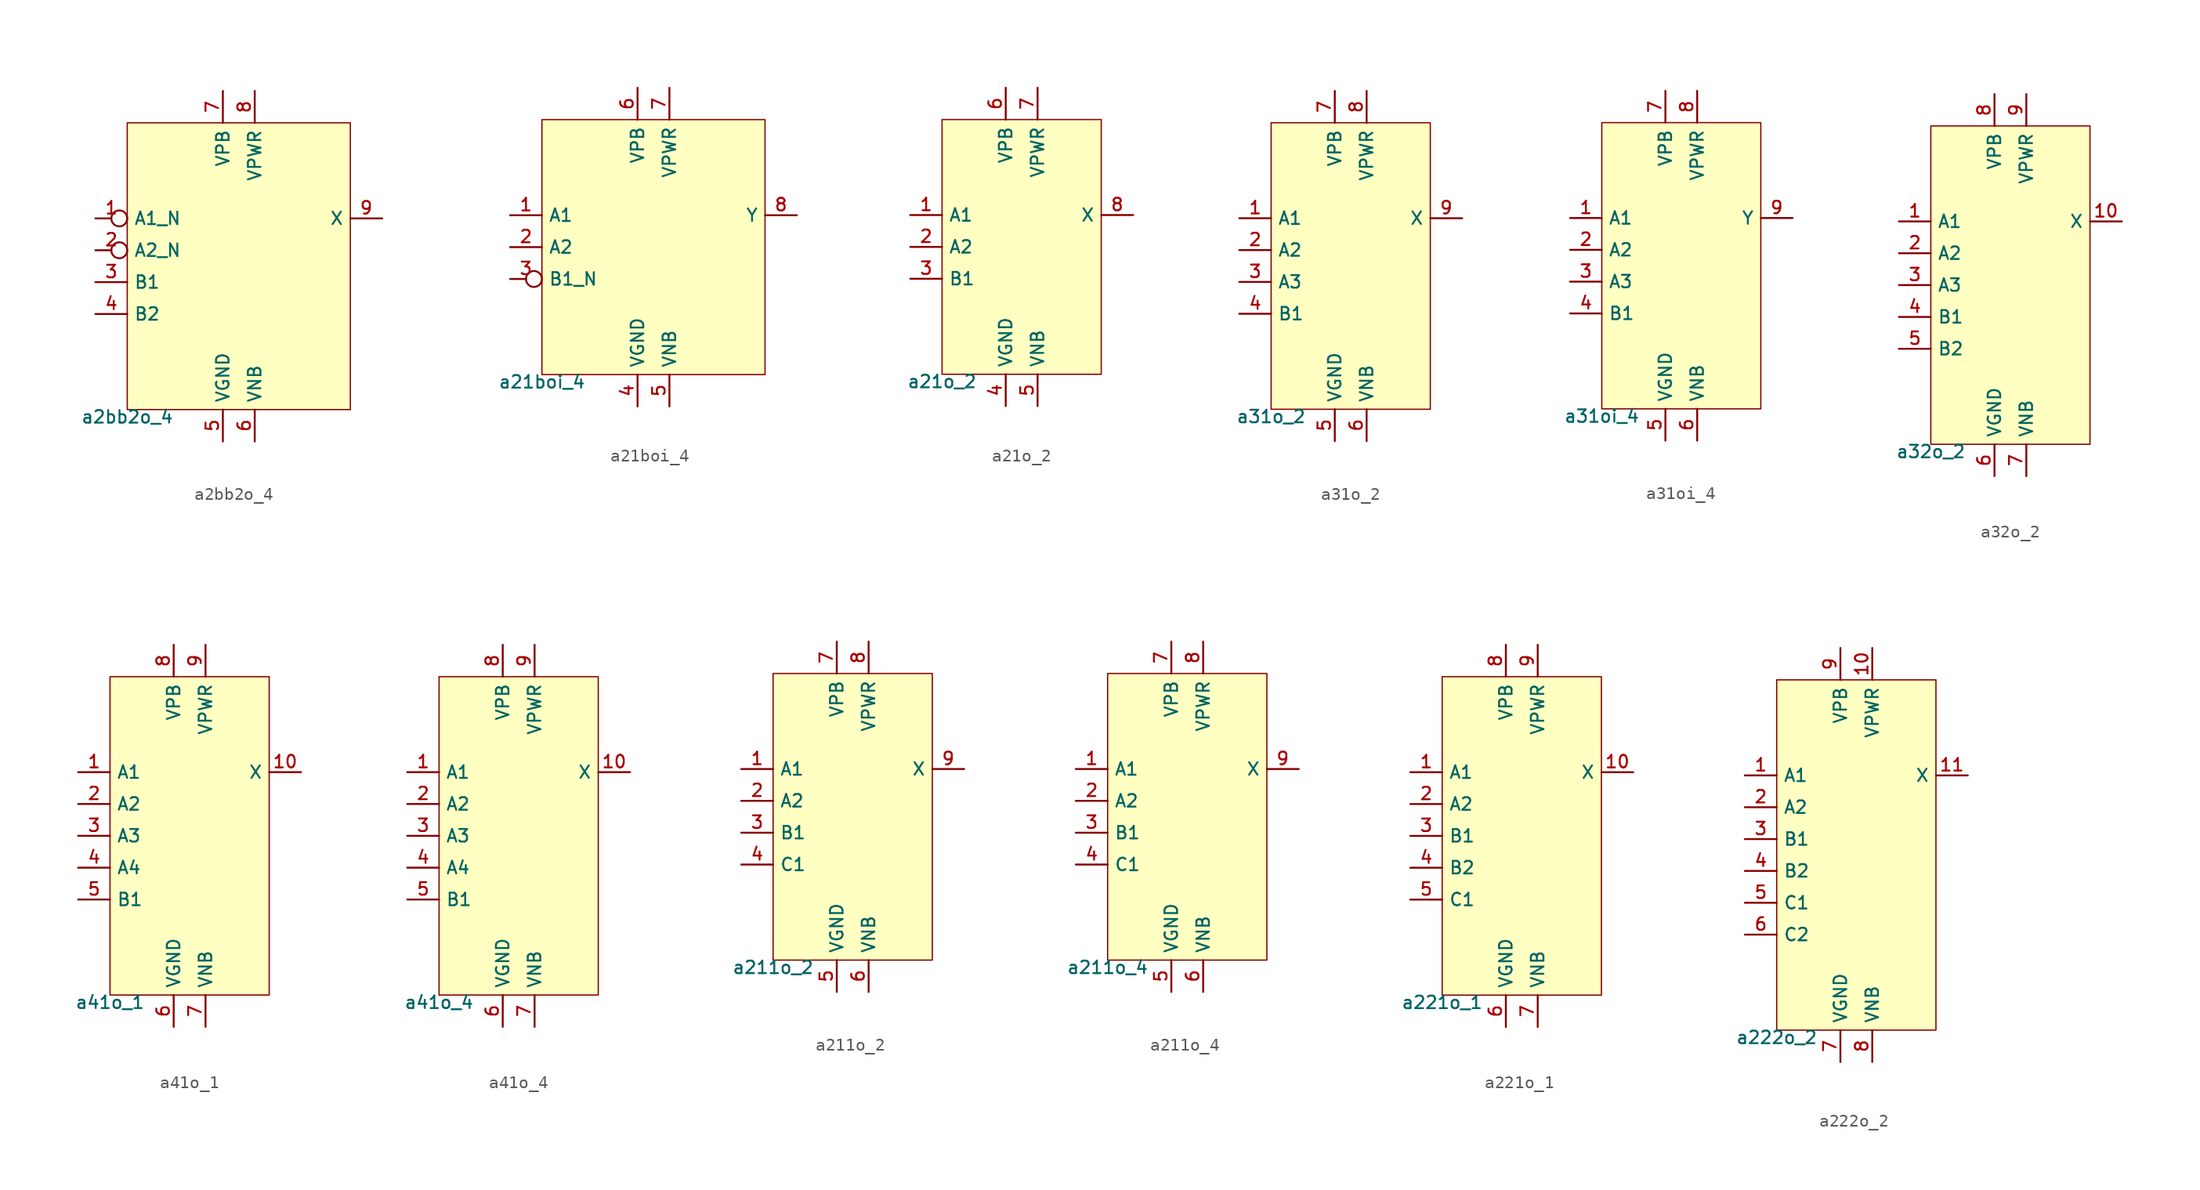
<source format=kicad_sym>
(kicad_symbol_lib
  (version 20211014)
  (generator pdk2kicad)
  (symbol "a2bb2o_4"
    (property "Reference" "X"
      (at 0 0 0)
      (effects (font (size 1 1)) hide))
    (property "Value" "a2bb2o_4"
      (at -8.89 -11.43 0)
      (effects (font (size 1 1)) (justify top)))
    (rectangle
      (start -8.89 -11.43)
      (end 8.89 11.43)
      (stroke (width 0.1) (type solid) (color 0 0 0 0))
      (fill (type background)))
    (pin input inverted
      (at -11.43 3.81 0)
      (length 2.54)
      (name "A1_N" (effects (font (size 1 1)) hide))
      (number "1" (effects (font (size 1 1)) hide)))
    (pin input inverted
      (at -11.43 1.27 0)
      (length 2.54)
      (name "A2_N" (effects (font (size 1 1)) hide))
      (number "2" (effects (font (size 1 1)) hide)))
    (pin input line
      (at -11.43 -1.27 0)
      (length 2.54)
      (name "B1" (effects (font (size 1 1)) hide))
      (number "3" (effects (font (size 1 1)) hide)))
    (pin input line
      (at -11.43 -3.81 0)
      (length 2.54)
      (name "B2" (effects (font (size 1 1)) hide))
      (number "4" (effects (font (size 1 1)) hide)))
    (pin power_in line
      (at -1.27 -13.97 90)
      (length 2.54)
      (name "VGND" (effects (font (size 1 1)) hide))
      (number "5" (effects (font (size 1 1)) hide)))
    (pin power_in line
      (at 1.27 -13.97 90)
      (length 2.54)
      (name "VNB" (effects (font (size 1 1)) hide))
      (number "6" (effects (font (size 1 1)) hide)))
    (pin power_in line
      (at -1.27 13.97 270)
      (length 2.54)
      (name "VPB" (effects (font (size 1 1)) hide))
      (number "7" (effects (font (size 1 1)) hide)))
    (pin power_in line
      (at 1.27 13.97 270)
      (length 2.54)
      (name "VPWR" (effects (font (size 1 1)) hide))
      (number "8" (effects (font (size 1 1)) hide)))
    (pin output line
      (at 11.43 3.81 180)
      (length 2.54)
      (name "X" (effects (font (size 1 1)) hide))
      (number "9" (effects (font (size 1 1)) hide))))
  (symbol "a21boi_4"
    (property "Reference" "X"
      (at 0 0 0)
      (effects (font (size 1 1)) hide))
    (property "Value" "a21boi_4"
      (at -8.89 -10.16 0)
      (effects (font (size 1 1)) (justify top)))
    (rectangle
      (start -8.89 -10.16)
      (end 8.89 10.16)
      (stroke (width 0.1) (type solid) (color 0 0 0 0))
      (fill (type background)))
    (pin input line
      (at -11.43 2.54 0)
      (length 2.54)
      (name "A1" (effects (font (size 1 1)) hide))
      (number "1" (effects (font (size 1 1)) hide)))
    (pin input line
      (at -11.43 0.0 0)
      (length 2.54)
      (name "A2" (effects (font (size 1 1)) hide))
      (number "2" (effects (font (size 1 1)) hide)))
    (pin input inverted
      (at -11.43 -2.54 0)
      (length 2.54)
      (name "B1_N" (effects (font (size 1 1)) hide))
      (number "3" (effects (font (size 1 1)) hide)))
    (pin power_in line
      (at -1.27 -12.7 90)
      (length 2.54)
      (name "VGND" (effects (font (size 1 1)) hide))
      (number "4" (effects (font (size 1 1)) hide)))
    (pin power_in line
      (at 1.27 -12.7 90)
      (length 2.54)
      (name "VNB" (effects (font (size 1 1)) hide))
      (number "5" (effects (font (size 1 1)) hide)))
    (pin power_in line
      (at -1.27 12.7 270)
      (length 2.54)
      (name "VPB" (effects (font (size 1 1)) hide))
      (number "6" (effects (font (size 1 1)) hide)))
    (pin power_in line
      (at 1.27 12.7 270)
      (length 2.54)
      (name "VPWR" (effects (font (size 1 1)) hide))
      (number "7" (effects (font (size 1 1)) hide)))
    (pin output line
      (at 11.43 2.54 180)
      (length 2.54)
      (name "Y" (effects (font (size 1 1)) hide))
      (number "8" (effects (font (size 1 1)) hide))))
  (symbol "a21o_2"
    (property "Reference" "X"
      (at 0 0 0)
      (effects (font (size 1 1)) hide))
    (property "Value" "a21o_2"
      (at -6.35 -10.16 0)
      (effects (font (size 1 1)) (justify top)))
    (rectangle
      (start -6.35 -10.16)
      (end 6.35 10.16)
      (stroke (width 0.1) (type solid) (color 0 0 0 0))
      (fill (type background)))
    (pin input line
      (at -8.89 2.54 0)
      (length 2.54)
      (name "A1" (effects (font (size 1 1)) hide))
      (number "1" (effects (font (size 1 1)) hide)))
    (pin input line
      (at -8.89 0.0 0)
      (length 2.54)
      (name "A2" (effects (font (size 1 1)) hide))
      (number "2" (effects (font (size 1 1)) hide)))
    (pin input line
      (at -8.89 -2.54 0)
      (length 2.54)
      (name "B1" (effects (font (size 1 1)) hide))
      (number "3" (effects (font (size 1 1)) hide)))
    (pin power_in line
      (at -1.27 -12.7 90)
      (length 2.54)
      (name "VGND" (effects (font (size 1 1)) hide))
      (number "4" (effects (font (size 1 1)) hide)))
    (pin power_in line
      (at 1.27 -12.7 90)
      (length 2.54)
      (name "VNB" (effects (font (size 1 1)) hide))
      (number "5" (effects (font (size 1 1)) hide)))
    (pin power_in line
      (at -1.27 12.7 270)
      (length 2.54)
      (name "VPB" (effects (font (size 1 1)) hide))
      (number "6" (effects (font (size 1 1)) hide)))
    (pin power_in line
      (at 1.27 12.7 270)
      (length 2.54)
      (name "VPWR" (effects (font (size 1 1)) hide))
      (number "7" (effects (font (size 1 1)) hide)))
    (pin output line
      (at 8.89 2.54 180)
      (length 2.54)
      (name "X" (effects (font (size 1 1)) hide))
      (number "8" (effects (font (size 1 1)) hide))))
  (symbol "a31o_2"
    (property "Reference" "X"
      (at 0 0 0)
      (effects (font (size 1 1)) hide))
    (property "Value" "a31o_2"
      (at -6.35 -11.43 0)
      (effects (font (size 1 1)) (justify top)))
    (rectangle
      (start -6.35 -11.43)
      (end 6.35 11.43)
      (stroke (width 0.1) (type solid) (color 0 0 0 0))
      (fill (type background)))
    (pin input line
      (at -8.89 3.81 0)
      (length 2.54)
      (name "A1" (effects (font (size 1 1)) hide))
      (number "1" (effects (font (size 1 1)) hide)))
    (pin input line
      (at -8.89 1.27 0)
      (length 2.54)
      (name "A2" (effects (font (size 1 1)) hide))
      (number "2" (effects (font (size 1 1)) hide)))
    (pin input line
      (at -8.89 -1.27 0)
      (length 2.54)
      (name "A3" (effects (font (size 1 1)) hide))
      (number "3" (effects (font (size 1 1)) hide)))
    (pin input line
      (at -8.89 -3.81 0)
      (length 2.54)
      (name "B1" (effects (font (size 1 1)) hide))
      (number "4" (effects (font (size 1 1)) hide)))
    (pin power_in line
      (at -1.27 -13.97 90)
      (length 2.54)
      (name "VGND" (effects (font (size 1 1)) hide))
      (number "5" (effects (font (size 1 1)) hide)))
    (pin power_in line
      (at 1.27 -13.97 90)
      (length 2.54)
      (name "VNB" (effects (font (size 1 1)) hide))
      (number "6" (effects (font (size 1 1)) hide)))
    (pin power_in line
      (at -1.27 13.97 270)
      (length 2.54)
      (name "VPB" (effects (font (size 1 1)) hide))
      (number "7" (effects (font (size 1 1)) hide)))
    (pin power_in line
      (at 1.27 13.97 270)
      (length 2.54)
      (name "VPWR" (effects (font (size 1 1)) hide))
      (number "8" (effects (font (size 1 1)) hide)))
    (pin output line
      (at 8.89 3.81 180)
      (length 2.54)
      (name "X" (effects (font (size 1 1)) hide))
      (number "9" (effects (font (size 1 1)) hide))))
  (symbol "a31oi_4"
    (property "Reference" "X"
      (at 0 0 0)
      (effects (font (size 1 1)) hide))
    (property "Value" "a31oi_4"
      (at -6.35 -11.43 0)
      (effects (font (size 1 1)) (justify top)))
    (rectangle
      (start -6.35 -11.43)
      (end 6.35 11.43)
      (stroke (width 0.1) (type solid) (color 0 0 0 0))
      (fill (type background)))
    (pin input line
      (at -8.89 3.81 0)
      (length 2.54)
      (name "A1" (effects (font (size 1 1)) hide))
      (number "1" (effects (font (size 1 1)) hide)))
    (pin input line
      (at -8.89 1.27 0)
      (length 2.54)
      (name "A2" (effects (font (size 1 1)) hide))
      (number "2" (effects (font (size 1 1)) hide)))
    (pin input line
      (at -8.89 -1.27 0)
      (length 2.54)
      (name "A3" (effects (font (size 1 1)) hide))
      (number "3" (effects (font (size 1 1)) hide)))
    (pin input line
      (at -8.89 -3.81 0)
      (length 2.54)
      (name "B1" (effects (font (size 1 1)) hide))
      (number "4" (effects (font (size 1 1)) hide)))
    (pin power_in line
      (at -1.27 -13.97 90)
      (length 2.54)
      (name "VGND" (effects (font (size 1 1)) hide))
      (number "5" (effects (font (size 1 1)) hide)))
    (pin power_in line
      (at 1.27 -13.97 90)
      (length 2.54)
      (name "VNB" (effects (font (size 1 1)) hide))
      (number "6" (effects (font (size 1 1)) hide)))
    (pin power_in line
      (at -1.27 13.97 270)
      (length 2.54)
      (name "VPB" (effects (font (size 1 1)) hide))
      (number "7" (effects (font (size 1 1)) hide)))
    (pin power_in line
      (at 1.27 13.97 270)
      (length 2.54)
      (name "VPWR" (effects (font (size 1 1)) hide))
      (number "8" (effects (font (size 1 1)) hide)))
    (pin output line
      (at 8.89 3.81 180)
      (length 2.54)
      (name "Y" (effects (font (size 1 1)) hide))
      (number "9" (effects (font (size 1 1)) hide))))
  (symbol "a32o_2"
    (property "Reference" "X"
      (at 0 0 0)
      (effects (font (size 1 1)) hide))
    (property "Value" "a32o_2"
      (at -6.35 -12.7 0)
      (effects (font (size 1 1)) (justify top)))
    (rectangle
      (start -6.35 -12.7)
      (end 6.35 12.7)
      (stroke (width 0.1) (type solid) (color 0 0 0 0))
      (fill (type background)))
    (pin input line
      (at -8.89 5.08 0)
      (length 2.54)
      (name "A1" (effects (font (size 1 1)) hide))
      (number "1" (effects (font (size 1 1)) hide)))
    (pin input line
      (at -8.89 2.54 0)
      (length 2.54)
      (name "A2" (effects (font (size 1 1)) hide))
      (number "2" (effects (font (size 1 1)) hide)))
    (pin input line
      (at -8.89 -8.881784197001252e-16 0)
      (length 2.54)
      (name "A3" (effects (font (size 1 1)) hide))
      (number "3" (effects (font (size 1 1)) hide)))
    (pin input line
      (at -8.89 -2.54 0)
      (length 2.54)
      (name "B1" (effects (font (size 1 1)) hide))
      (number "4" (effects (font (size 1 1)) hide)))
    (pin input line
      (at -8.89 -5.08 0)
      (length 2.54)
      (name "B2" (effects (font (size 1 1)) hide))
      (number "5" (effects (font (size 1 1)) hide)))
    (pin power_in line
      (at -1.27 -15.24 90)
      (length 2.54)
      (name "VGND" (effects (font (size 1 1)) hide))
      (number "6" (effects (font (size 1 1)) hide)))
    (pin power_in line
      (at 1.27 -15.24 90)
      (length 2.54)
      (name "VNB" (effects (font (size 1 1)) hide))
      (number "7" (effects (font (size 1 1)) hide)))
    (pin power_in line
      (at -1.27 15.24 270)
      (length 2.54)
      (name "VPB" (effects (font (size 1 1)) hide))
      (number "8" (effects (font (size 1 1)) hide)))
    (pin power_in line
      (at 1.27 15.24 270)
      (length 2.54)
      (name "VPWR" (effects (font (size 1 1)) hide))
      (number "9" (effects (font (size 1 1)) hide)))
    (pin output line
      (at 8.89 5.08 180)
      (length 2.54)
      (name "X" (effects (font (size 1 1)) hide))
      (number "10" (effects (font (size 1 1)) hide))))
  (symbol "a41o_1"
    (property "Reference" "X"
      (at 0 0 0)
      (effects (font (size 1 1)) hide))
    (property "Value" "a41o_1"
      (at -6.35 -12.7 0)
      (effects (font (size 1 1)) (justify top)))
    (rectangle
      (start -6.35 -12.7)
      (end 6.35 12.7)
      (stroke (width 0.1) (type solid) (color 0 0 0 0))
      (fill (type background)))
    (pin input line
      (at -8.89 5.08 0)
      (length 2.54)
      (name "A1" (effects (font (size 1 1)) hide))
      (number "1" (effects (font (size 1 1)) hide)))
    (pin input line
      (at -8.89 2.54 0)
      (length 2.54)
      (name "A2" (effects (font (size 1 1)) hide))
      (number "2" (effects (font (size 1 1)) hide)))
    (pin input line
      (at -8.89 -8.881784197001252e-16 0)
      (length 2.54)
      (name "A3" (effects (font (size 1 1)) hide))
      (number "3" (effects (font (size 1 1)) hide)))
    (pin input line
      (at -8.89 -2.54 0)
      (length 2.54)
      (name "A4" (effects (font (size 1 1)) hide))
      (number "4" (effects (font (size 1 1)) hide)))
    (pin input line
      (at -8.89 -5.08 0)
      (length 2.54)
      (name "B1" (effects (font (size 1 1)) hide))
      (number "5" (effects (font (size 1 1)) hide)))
    (pin power_in line
      (at -1.27 -15.24 90)
      (length 2.54)
      (name "VGND" (effects (font (size 1 1)) hide))
      (number "6" (effects (font (size 1 1)) hide)))
    (pin power_in line
      (at 1.27 -15.24 90)
      (length 2.54)
      (name "VNB" (effects (font (size 1 1)) hide))
      (number "7" (effects (font (size 1 1)) hide)))
    (pin power_in line
      (at -1.27 15.24 270)
      (length 2.54)
      (name "VPB" (effects (font (size 1 1)) hide))
      (number "8" (effects (font (size 1 1)) hide)))
    (pin power_in line
      (at 1.27 15.24 270)
      (length 2.54)
      (name "VPWR" (effects (font (size 1 1)) hide))
      (number "9" (effects (font (size 1 1)) hide)))
    (pin output line
      (at 8.89 5.08 180)
      (length 2.54)
      (name "X" (effects (font (size 1 1)) hide))
      (number "10" (effects (font (size 1 1)) hide))))
  (symbol "a41o_4"
    (property "Reference" "X"
      (at 0 0 0)
      (effects (font (size 1 1)) hide))
    (property "Value" "a41o_4"
      (at -6.35 -12.7 0)
      (effects (font (size 1 1)) (justify top)))
    (rectangle
      (start -6.35 -12.7)
      (end 6.35 12.7)
      (stroke (width 0.1) (type solid) (color 0 0 0 0))
      (fill (type background)))
    (pin input line
      (at -8.89 5.08 0)
      (length 2.54)
      (name "A1" (effects (font (size 1 1)) hide))
      (number "1" (effects (font (size 1 1)) hide)))
    (pin input line
      (at -8.89 2.54 0)
      (length 2.54)
      (name "A2" (effects (font (size 1 1)) hide))
      (number "2" (effects (font (size 1 1)) hide)))
    (pin input line
      (at -8.89 -8.881784197001252e-16 0)
      (length 2.54)
      (name "A3" (effects (font (size 1 1)) hide))
      (number "3" (effects (font (size 1 1)) hide)))
    (pin input line
      (at -8.89 -2.54 0)
      (length 2.54)
      (name "A4" (effects (font (size 1 1)) hide))
      (number "4" (effects (font (size 1 1)) hide)))
    (pin input line
      (at -8.89 -5.08 0)
      (length 2.54)
      (name "B1" (effects (font (size 1 1)) hide))
      (number "5" (effects (font (size 1 1)) hide)))
    (pin power_in line
      (at -1.27 -15.24 90)
      (length 2.54)
      (name "VGND" (effects (font (size 1 1)) hide))
      (number "6" (effects (font (size 1 1)) hide)))
    (pin power_in line
      (at 1.27 -15.24 90)
      (length 2.54)
      (name "VNB" (effects (font (size 1 1)) hide))
      (number "7" (effects (font (size 1 1)) hide)))
    (pin power_in line
      (at -1.27 15.24 270)
      (length 2.54)
      (name "VPB" (effects (font (size 1 1)) hide))
      (number "8" (effects (font (size 1 1)) hide)))
    (pin power_in line
      (at 1.27 15.24 270)
      (length 2.54)
      (name "VPWR" (effects (font (size 1 1)) hide))
      (number "9" (effects (font (size 1 1)) hide)))
    (pin output line
      (at 8.89 5.08 180)
      (length 2.54)
      (name "X" (effects (font (size 1 1)) hide))
      (number "10" (effects (font (size 1 1)) hide))))
  (symbol "a211o_2"
    (property "Reference" "X"
      (at 0 0 0)
      (effects (font (size 1 1)) hide))
    (property "Value" "a211o_2"
      (at -6.35 -11.43 0)
      (effects (font (size 1 1)) (justify top)))
    (rectangle
      (start -6.35 -11.43)
      (end 6.35 11.43)
      (stroke (width 0.1) (type solid) (color 0 0 0 0))
      (fill (type background)))
    (pin input line
      (at -8.89 3.81 0)
      (length 2.54)
      (name "A1" (effects (font (size 1 1)) hide))
      (number "1" (effects (font (size 1 1)) hide)))
    (pin input line
      (at -8.89 1.27 0)
      (length 2.54)
      (name "A2" (effects (font (size 1 1)) hide))
      (number "2" (effects (font (size 1 1)) hide)))
    (pin input line
      (at -8.89 -1.27 0)
      (length 2.54)
      (name "B1" (effects (font (size 1 1)) hide))
      (number "3" (effects (font (size 1 1)) hide)))
    (pin input line
      (at -8.89 -3.81 0)
      (length 2.54)
      (name "C1" (effects (font (size 1 1)) hide))
      (number "4" (effects (font (size 1 1)) hide)))
    (pin power_in line
      (at -1.27 -13.97 90)
      (length 2.54)
      (name "VGND" (effects (font (size 1 1)) hide))
      (number "5" (effects (font (size 1 1)) hide)))
    (pin power_in line
      (at 1.27 -13.97 90)
      (length 2.54)
      (name "VNB" (effects (font (size 1 1)) hide))
      (number "6" (effects (font (size 1 1)) hide)))
    (pin power_in line
      (at -1.27 13.97 270)
      (length 2.54)
      (name "VPB" (effects (font (size 1 1)) hide))
      (number "7" (effects (font (size 1 1)) hide)))
    (pin power_in line
      (at 1.27 13.97 270)
      (length 2.54)
      (name "VPWR" (effects (font (size 1 1)) hide))
      (number "8" (effects (font (size 1 1)) hide)))
    (pin output line
      (at 8.89 3.81 180)
      (length 2.54)
      (name "X" (effects (font (size 1 1)) hide))
      (number "9" (effects (font (size 1 1)) hide))))
  (symbol "a211o_4"
    (property "Reference" "X"
      (at 0 0 0)
      (effects (font (size 1 1)) hide))
    (property "Value" "a211o_4"
      (at -6.35 -11.43 0)
      (effects (font (size 1 1)) (justify top)))
    (rectangle
      (start -6.35 -11.43)
      (end 6.35 11.43)
      (stroke (width 0.1) (type solid) (color 0 0 0 0))
      (fill (type background)))
    (pin input line
      (at -8.89 3.81 0)
      (length 2.54)
      (name "A1" (effects (font (size 1 1)) hide))
      (number "1" (effects (font (size 1 1)) hide)))
    (pin input line
      (at -8.89 1.27 0)
      (length 2.54)
      (name "A2" (effects (font (size 1 1)) hide))
      (number "2" (effects (font (size 1 1)) hide)))
    (pin input line
      (at -8.89 -1.27 0)
      (length 2.54)
      (name "B1" (effects (font (size 1 1)) hide))
      (number "3" (effects (font (size 1 1)) hide)))
    (pin input line
      (at -8.89 -3.81 0)
      (length 2.54)
      (name "C1" (effects (font (size 1 1)) hide))
      (number "4" (effects (font (size 1 1)) hide)))
    (pin power_in line
      (at -1.27 -13.97 90)
      (length 2.54)
      (name "VGND" (effects (font (size 1 1)) hide))
      (number "5" (effects (font (size 1 1)) hide)))
    (pin power_in line
      (at 1.27 -13.97 90)
      (length 2.54)
      (name "VNB" (effects (font (size 1 1)) hide))
      (number "6" (effects (font (size 1 1)) hide)))
    (pin power_in line
      (at -1.27 13.97 270)
      (length 2.54)
      (name "VPB" (effects (font (size 1 1)) hide))
      (number "7" (effects (font (size 1 1)) hide)))
    (pin power_in line
      (at 1.27 13.97 270)
      (length 2.54)
      (name "VPWR" (effects (font (size 1 1)) hide))
      (number "8" (effects (font (size 1 1)) hide)))
    (pin output line
      (at 8.89 3.81 180)
      (length 2.54)
      (name "X" (effects (font (size 1 1)) hide))
      (number "9" (effects (font (size 1 1)) hide))))
  (symbol "a221o_1"
    (property "Reference" "X"
      (at 0 0 0)
      (effects (font (size 1 1)) hide))
    (property "Value" "a221o_1"
      (at -6.35 -12.7 0)
      (effects (font (size 1 1)) (justify top)))
    (rectangle
      (start -6.35 -12.7)
      (end 6.35 12.7)
      (stroke (width 0.1) (type solid) (color 0 0 0 0))
      (fill (type background)))
    (pin input line
      (at -8.89 5.08 0)
      (length 2.54)
      (name "A1" (effects (font (size 1 1)) hide))
      (number "1" (effects (font (size 1 1)) hide)))
    (pin input line
      (at -8.89 2.54 0)
      (length 2.54)
      (name "A2" (effects (font (size 1 1)) hide))
      (number "2" (effects (font (size 1 1)) hide)))
    (pin input line
      (at -8.89 -8.881784197001252e-16 0)
      (length 2.54)
      (name "B1" (effects (font (size 1 1)) hide))
      (number "3" (effects (font (size 1 1)) hide)))
    (pin input line
      (at -8.89 -2.54 0)
      (length 2.54)
      (name "B2" (effects (font (size 1 1)) hide))
      (number "4" (effects (font (size 1 1)) hide)))
    (pin input line
      (at -8.89 -5.08 0)
      (length 2.54)
      (name "C1" (effects (font (size 1 1)) hide))
      (number "5" (effects (font (size 1 1)) hide)))
    (pin power_in line
      (at -1.27 -15.24 90)
      (length 2.54)
      (name "VGND" (effects (font (size 1 1)) hide))
      (number "6" (effects (font (size 1 1)) hide)))
    (pin power_in line
      (at 1.27 -15.24 90)
      (length 2.54)
      (name "VNB" (effects (font (size 1 1)) hide))
      (number "7" (effects (font (size 1 1)) hide)))
    (pin power_in line
      (at -1.27 15.24 270)
      (length 2.54)
      (name "VPB" (effects (font (size 1 1)) hide))
      (number "8" (effects (font (size 1 1)) hide)))
    (pin power_in line
      (at 1.27 15.24 270)
      (length 2.54)
      (name "VPWR" (effects (font (size 1 1)) hide))
      (number "9" (effects (font (size 1 1)) hide)))
    (pin output line
      (at 8.89 5.08 180)
      (length 2.54)
      (name "X" (effects (font (size 1 1)) hide))
      (number "10" (effects (font (size 1 1)) hide))))
  (symbol "a222o_2"
    (property "Reference" "X"
      (at 0 0 0)
      (effects (font (size 1 1)) hide))
    (property "Value" "a222o_2"
      (at -6.35 -13.97 0)
      (effects (font (size 1 1)) (justify top)))
    (rectangle
      (start -6.35 -13.97)
      (end 6.35 13.97)
      (stroke (width 0.1) (type solid) (color 0 0 0 0))
      (fill (type background)))
    (pin input line
      (at -8.89 6.35 0)
      (length 2.54)
      (name "A1" (effects (font (size 1 1)) hide))
      (number "1" (effects (font (size 1 1)) hide)))
    (pin input line
      (at -8.89 3.81 0)
      (length 2.54)
      (name "A2" (effects (font (size 1 1)) hide))
      (number "2" (effects (font (size 1 1)) hide)))
    (pin input line
      (at -8.89 1.27 0)
      (length 2.54)
      (name "B1" (effects (font (size 1 1)) hide))
      (number "3" (effects (font (size 1 1)) hide)))
    (pin input line
      (at -8.89 -1.27 0)
      (length 2.54)
      (name "B2" (effects (font (size 1 1)) hide))
      (number "4" (effects (font (size 1 1)) hide)))
    (pin input line
      (at -8.89 -3.81 0)
      (length 2.54)
      (name "C1" (effects (font (size 1 1)) hide))
      (number "5" (effects (font (size 1 1)) hide)))
    (pin input line
      (at -8.89 -6.35 0)
      (length 2.54)
      (name "C2" (effects (font (size 1 1)) hide))
      (number "6" (effects (font (size 1 1)) hide)))
    (pin power_in line
      (at -1.27 -16.51 90)
      (length 2.54)
      (name "VGND" (effects (font (size 1 1)) hide))
      (number "7" (effects (font (size 1 1)) hide)))
    (pin power_in line
      (at 1.27 -16.51 90)
      (length 2.54)
      (name "VNB" (effects (font (size 1 1)) hide))
      (number "8" (effects (font (size 1 1)) hide)))
    (pin power_in line
      (at -1.27 16.51 270)
      (length 2.54)
      (name "VPB" (effects (font (size 1 1)) hide))
      (number "9" (effects (font (size 1 1)) hide)))
    (pin power_in line
      (at 1.27 16.51 270)
      (length 2.54)
      (name "VPWR" (effects (font (size 1 1)) hide))
      (number "10" (effects (font (size 1 1)) hide)))
    (pin output line
      (at 8.89 6.35 180)
      (length 2.54)
      (name "X" (effects (font (size 1 1)) hide))
      (number "11" (effects (font (size 1 1)) hide)))))
</source>
